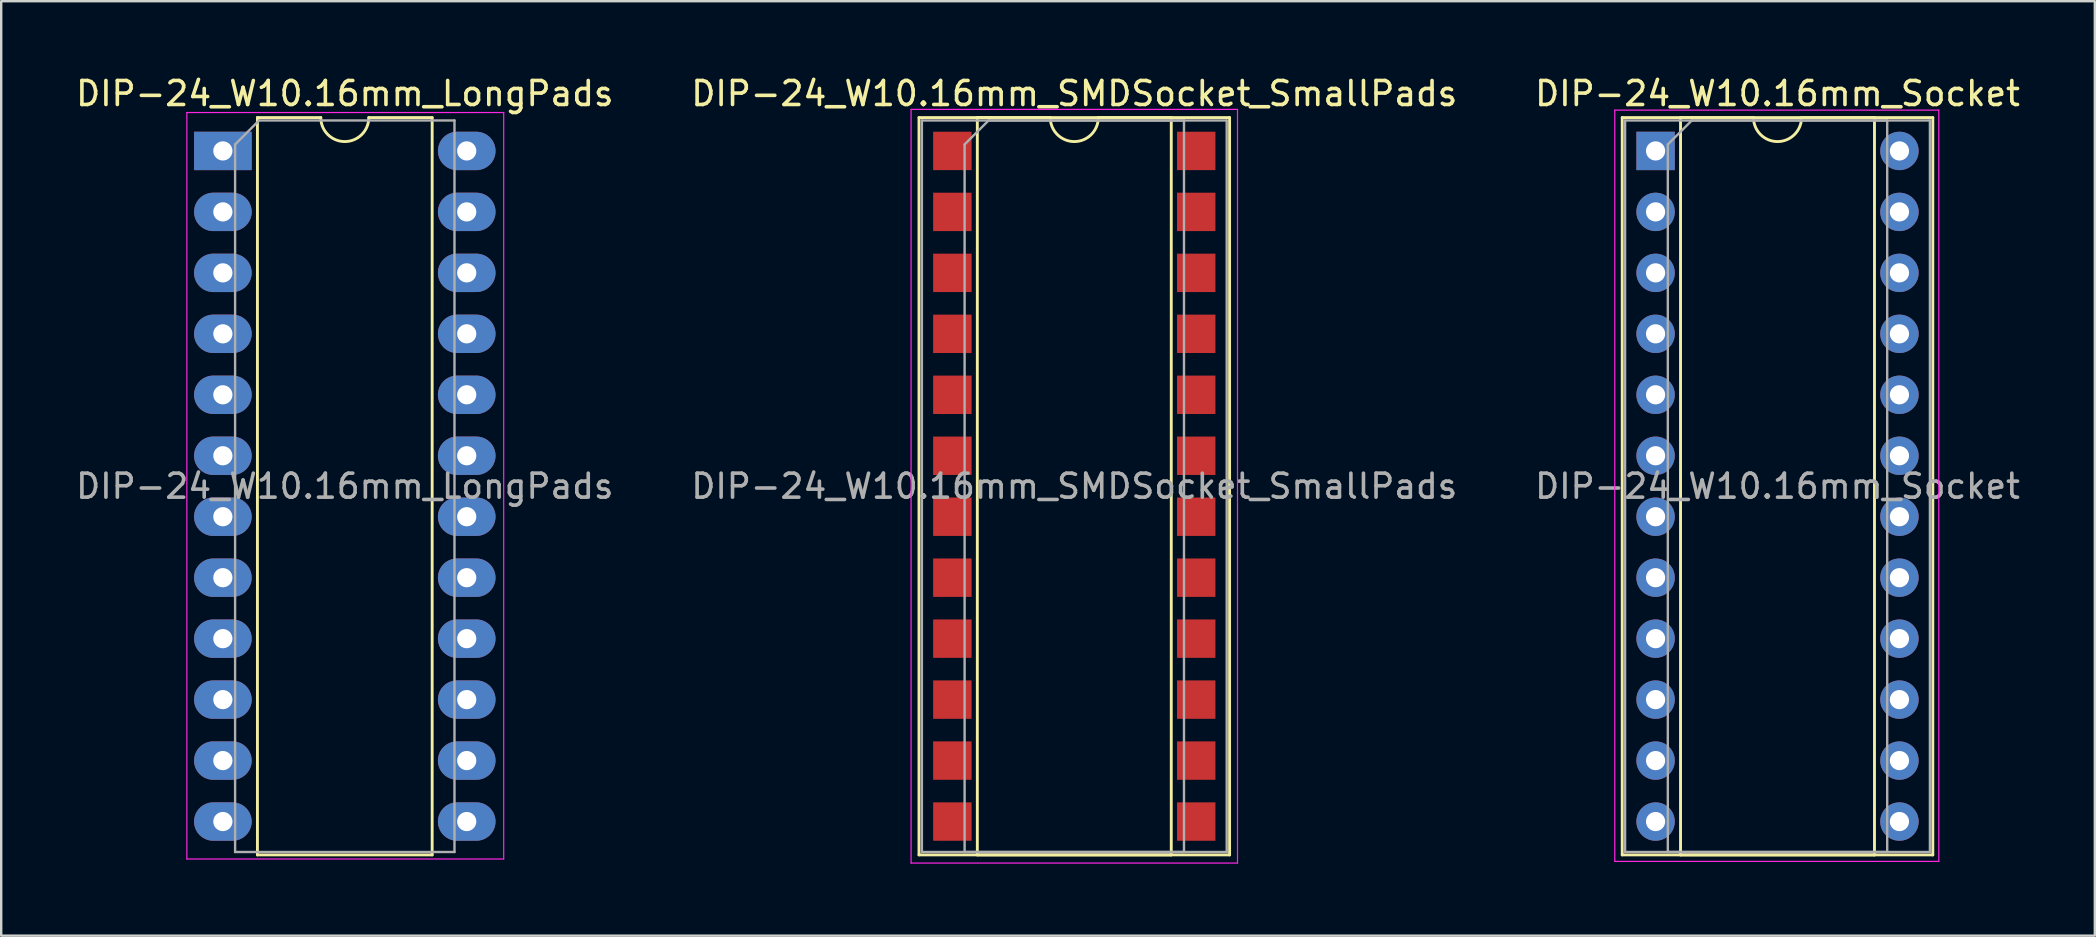
<source format=kicad_pcb>
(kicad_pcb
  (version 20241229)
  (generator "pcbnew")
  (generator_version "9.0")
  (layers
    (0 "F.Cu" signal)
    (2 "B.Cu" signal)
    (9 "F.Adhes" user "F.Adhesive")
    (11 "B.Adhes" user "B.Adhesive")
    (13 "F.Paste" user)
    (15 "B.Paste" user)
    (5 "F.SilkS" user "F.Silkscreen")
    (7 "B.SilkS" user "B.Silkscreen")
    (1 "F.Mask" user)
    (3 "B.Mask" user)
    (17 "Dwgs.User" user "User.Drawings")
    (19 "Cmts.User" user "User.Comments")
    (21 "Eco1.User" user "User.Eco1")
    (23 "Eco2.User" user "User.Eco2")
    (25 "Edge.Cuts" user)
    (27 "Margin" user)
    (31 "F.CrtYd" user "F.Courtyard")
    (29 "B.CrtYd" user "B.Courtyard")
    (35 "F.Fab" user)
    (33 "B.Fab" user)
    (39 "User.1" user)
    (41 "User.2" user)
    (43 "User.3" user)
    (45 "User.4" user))
  (footprint "DIP-24_W10.16mm_SMDSocket_SmallPads"
    (layer "F.Cu")
    (at 41.708 17.208)
    (property "Reference" "DIP-24_W10.16mm_SMDSocket_SmallPads" (at 0 -16.36 0) (layer "F.SilkS") (effects (font (size 1 1) (thickness 0.15))))
    (attr smd)
    (fp_line (start -6.47 -15.36) (end -6.47 15.36) (stroke (width 0.12) (type solid)) (layer "F.SilkS"))
    (fp_line (start -6.47 15.36) (end 6.47 15.36) (stroke (width 0.12) (type solid)) (layer "F.SilkS"))
    (fp_line (start -4.04 -15.36) (end -4.04 15.36) (stroke (width 0.12) (type solid)) (layer "F.SilkS"))
    (fp_line (start -4.04 15.36) (end 4.04 15.36) (stroke (width 0.12) (type solid)) (layer "F.SilkS"))
    (fp_line (start -1 -15.36) (end -4.04 -15.36) (stroke (width 0.12) (type solid)) (layer "F.SilkS"))
    (fp_line (start 4.04 -15.36) (end 1 -15.36) (stroke (width 0.12) (type solid)) (layer "F.SilkS"))
    (fp_line (start 4.04 15.36) (end 4.04 -15.36) (stroke (width 0.12) (type solid)) (layer "F.SilkS"))
    (fp_line (start 6.47 -15.36) (end -6.47 -15.36) (stroke (width 0.12) (type solid)) (layer "F.SilkS"))
    (fp_line (start 6.47 15.36) (end 6.47 -15.36) (stroke (width 0.12) (type solid)) (layer "F.SilkS"))
    (fp_arc (start 1 -15.36) (mid 0 -14.36) (end -1 -15.36) (stroke (width 0.12) (type solid)) (layer "F.SilkS"))
    (fp_line (start -6.8 -15.7) (end -6.8 15.7) (stroke (width 0.05) (type solid)) (layer "F.CrtYd"))
    (fp_line (start -6.8 15.7) (end 6.8 15.7) (stroke (width 0.05) (type solid)) (layer "F.CrtYd"))
    (fp_line (start 6.8 -15.7) (end -6.8 -15.7) (stroke (width 0.05) (type solid)) (layer "F.CrtYd"))
    (fp_line (start 6.8 15.7) (end 6.8 -15.7) (stroke (width 0.05) (type solid)) (layer "F.CrtYd"))
    (fp_line (start -6.35 -15.24) (end -6.35 15.24) (stroke (width 0.1) (type solid)) (layer "F.Fab"))
    (fp_line (start -6.35 15.24) (end 6.35 15.24) (stroke (width 0.1) (type solid)) (layer "F.Fab"))
    (fp_line (start -4.57 -14.24) (end -3.57 -15.24) (stroke (width 0.1) (type solid)) (layer "F.Fab"))
    (fp_line (start -4.57 15.24) (end -4.57 -14.24) (stroke (width 0.1) (type solid)) (layer "F.Fab"))
    (fp_line (start -3.57 -15.24) (end 4.57 -15.24) (stroke (width 0.1) (type solid)) (layer "F.Fab"))
    (fp_line (start 4.57 -15.24) (end 4.57 15.24) (stroke (width 0.1) (type solid)) (layer "F.Fab"))
    (fp_line (start 4.57 15.24) (end -4.57 15.24) (stroke (width 0.1) (type solid)) (layer "F.Fab"))
    (fp_line (start 6.35 -15.24) (end -6.35 -15.24) (stroke (width 0.1) (type solid)) (layer "F.Fab"))
    (fp_line (start 6.35 15.24) (end 6.35 -15.24) (stroke (width 0.1) (type solid)) (layer "F.Fab"))
    (fp_text user "${REFERENCE}" (at 0 0 0) (layer "F.Fab") (effects (font (size 1 1) (thickness 0.15))))
    (pad "1" smd rect (at -5.08 -13.97) (size 1.6 1.6) (layers "F.Cu" "F.Mask" "F.Paste"))
    (pad "2" smd rect (at -5.08 -11.43) (size 1.6 1.6) (layers "F.Cu" "F.Mask" "F.Paste"))
    (pad "3" smd rect (at -5.08 -8.89) (size 1.6 1.6) (layers "F.Cu" "F.Mask" "F.Paste"))
    (pad "4" smd rect (at -5.08 -6.35) (size 1.6 1.6) (layers "F.Cu" "F.Mask" "F.Paste"))
    (pad "5" smd rect (at -5.08 -3.81) (size 1.6 1.6) (layers "F.Cu" "F.Mask" "F.Paste"))
    (pad "6" smd rect (at -5.08 -1.27) (size 1.6 1.6) (layers "F.Cu" "F.Mask" "F.Paste"))
    (pad "7" smd rect (at -5.08 1.27) (size 1.6 1.6) (layers "F.Cu" "F.Mask" "F.Paste"))
    (pad "8" smd rect (at -5.08 3.81) (size 1.6 1.6) (layers "F.Cu" "F.Mask" "F.Paste"))
    (pad "9" smd rect (at -5.08 6.35) (size 1.6 1.6) (layers "F.Cu" "F.Mask" "F.Paste"))
    (pad "10" smd rect (at -5.08 8.89) (size 1.6 1.6) (layers "F.Cu" "F.Mask" "F.Paste"))
    (pad "11" smd rect (at -5.08 11.43) (size 1.6 1.6) (layers "F.Cu" "F.Mask" "F.Paste"))
    (pad "12" smd rect (at -5.08 13.97) (size 1.6 1.6) (layers "F.Cu" "F.Mask" "F.Paste"))
    (pad "13" smd rect (at 5.08 13.97) (size 1.6 1.6) (layers "F.Cu" "F.Mask" "F.Paste"))
    (pad "14" smd rect (at 5.08 11.43) (size 1.6 1.6) (layers "F.Cu" "F.Mask" "F.Paste"))
    (pad "15" smd rect (at 5.08 8.89) (size 1.6 1.6) (layers "F.Cu" "F.Mask" "F.Paste"))
    (pad "16" smd rect (at 5.08 6.35) (size 1.6 1.6) (layers "F.Cu" "F.Mask" "F.Paste"))
    (pad "17" smd rect (at 5.08 3.81) (size 1.6 1.6) (layers "F.Cu" "F.Mask" "F.Paste"))
    (pad "18" smd rect (at 5.08 1.27) (size 1.6 1.6) (layers "F.Cu" "F.Mask" "F.Paste"))
    (pad "19" smd rect (at 5.08 -1.27) (size 1.6 1.6) (layers "F.Cu" "F.Mask" "F.Paste"))
    (pad "20" smd rect (at 5.08 -3.81) (size 1.6 1.6) (layers "F.Cu" "F.Mask" "F.Paste"))
    (pad "21" smd rect (at 5.08 -6.35) (size 1.6 1.6) (layers "F.Cu" "F.Mask" "F.Paste"))
    (pad "22" smd rect (at 5.08 -8.89) (size 1.6 1.6) (layers "F.Cu" "F.Mask" "F.Paste"))
    (pad "23" smd rect (at 5.08 -11.43) (size 1.6 1.6) (layers "F.Cu" "F.Mask" "F.Paste"))
    (pad "24" smd rect (at 5.08 -13.97) (size 1.6 1.6) (layers "F.Cu" "F.Mask" "F.Paste")))
  (footprint "DIP-24_W10.16mm_LongPads"
    (layer "F.Cu")
    (at 6.235 3.238)
    (property "Reference" "DIP-24_W10.16mm_LongPads" (at 5.08 -2.39 0) (layer "F.SilkS") (effects (font (size 1 1) (thickness 0.15))))
    (attr through_hole)
    (fp_line (start 1.44 -1.39) (end 1.44 29.33) (stroke (width 0.12) (type solid)) (layer "F.SilkS"))
    (fp_line (start 1.44 29.33) (end 8.72 29.33) (stroke (width 0.12) (type solid)) (layer "F.SilkS"))
    (fp_line (start 4.08 -1.39) (end 1.44 -1.39) (stroke (width 0.12) (type solid)) (layer "F.SilkS"))
    (fp_line (start 8.72 -1.39) (end 6.08 -1.39) (stroke (width 0.12) (type solid)) (layer "F.SilkS"))
    (fp_line (start 8.72 29.33) (end 8.72 -1.39) (stroke (width 0.12) (type solid)) (layer "F.SilkS"))
    (fp_arc (start 6.08 -1.39) (mid 5.08 -0.39) (end 4.08 -1.39) (stroke (width 0.12) (type solid)) (layer "F.SilkS"))
    (fp_line (start -1.5 -1.6) (end -1.5 29.5) (stroke (width 0.05) (type solid)) (layer "F.CrtYd"))
    (fp_line (start -1.5 29.5) (end 11.7 29.5) (stroke (width 0.05) (type solid)) (layer "F.CrtYd"))
    (fp_line (start 11.7 -1.6) (end -1.5 -1.6) (stroke (width 0.05) (type solid)) (layer "F.CrtYd"))
    (fp_line (start 11.7 29.5) (end 11.7 -1.6) (stroke (width 0.05) (type solid)) (layer "F.CrtYd"))
    (fp_line (start 0.51 -0.27) (end 1.51 -1.27) (stroke (width 0.1) (type solid)) (layer "F.Fab"))
    (fp_line (start 0.51 29.21) (end 0.51 -0.27) (stroke (width 0.1) (type solid)) (layer "F.Fab"))
    (fp_line (start 1.51 -1.27) (end 9.65 -1.27) (stroke (width 0.1) (type solid)) (layer "F.Fab"))
    (fp_line (start 9.65 -1.27) (end 9.65 29.21) (stroke (width 0.1) (type solid)) (layer "F.Fab"))
    (fp_line (start 9.65 29.21) (end 0.51 29.21) (stroke (width 0.1) (type solid)) (layer "F.Fab"))
    (fp_text user "${REFERENCE}" (at 5.08 13.97 0) (layer "F.Fab") (effects (font (size 1 1) (thickness 0.15))))
    (pad "1" thru_hole rect (at 0 0) (size 2.4 1.6) (drill 0.8) (layers "*.Cu" "*.Mask"))
    (pad "2" thru_hole oval (at 0 2.54) (size 2.4 1.6) (drill 0.8) (layers "*.Cu" "*.Mask"))
    (pad "3" thru_hole oval (at 0 5.08) (size 2.4 1.6) (drill 0.8) (layers "*.Cu" "*.Mask"))
    (pad "4" thru_hole oval (at 0 7.62) (size 2.4 1.6) (drill 0.8) (layers "*.Cu" "*.Mask"))
    (pad "5" thru_hole oval (at 0 10.16) (size 2.4 1.6) (drill 0.8) (layers "*.Cu" "*.Mask"))
    (pad "6" thru_hole oval (at 0 12.7) (size 2.4 1.6) (drill 0.8) (layers "*.Cu" "*.Mask"))
    (pad "7" thru_hole oval (at 0 15.24) (size 2.4 1.6) (drill 0.8) (layers "*.Cu" "*.Mask"))
    (pad "8" thru_hole oval (at 0 17.78) (size 2.4 1.6) (drill 0.8) (layers "*.Cu" "*.Mask"))
    (pad "9" thru_hole oval (at 0 20.32) (size 2.4 1.6) (drill 0.8) (layers "*.Cu" "*.Mask"))
    (pad "10" thru_hole oval (at 0 22.86) (size 2.4 1.6) (drill 0.8) (layers "*.Cu" "*.Mask"))
    (pad "11" thru_hole oval (at 0 25.4) (size 2.4 1.6) (drill 0.8) (layers "*.Cu" "*.Mask"))
    (pad "12" thru_hole oval (at 0 27.94) (size 2.4 1.6) (drill 0.8) (layers "*.Cu" "*.Mask"))
    (pad "13" thru_hole oval (at 10.16 27.94) (size 2.4 1.6) (drill 0.8) (layers "*.Cu" "*.Mask"))
    (pad "14" thru_hole oval (at 10.16 25.4) (size 2.4 1.6) (drill 0.8) (layers "*.Cu" "*.Mask"))
    (pad "15" thru_hole oval (at 10.16 22.86) (size 2.4 1.6) (drill 0.8) (layers "*.Cu" "*.Mask"))
    (pad "16" thru_hole oval (at 10.16 20.32) (size 2.4 1.6) (drill 0.8) (layers "*.Cu" "*.Mask"))
    (pad "17" thru_hole oval (at 10.16 17.78) (size 2.4 1.6) (drill 0.8) (layers "*.Cu" "*.Mask"))
    (pad "18" thru_hole oval (at 10.16 15.24) (size 2.4 1.6) (drill 0.8) (layers "*.Cu" "*.Mask"))
    (pad "19" thru_hole oval (at 10.16 12.7) (size 2.4 1.6) (drill 0.8) (layers "*.Cu" "*.Mask"))
    (pad "20" thru_hole oval (at 10.16 10.16) (size 2.4 1.6) (drill 0.8) (layers "*.Cu" "*.Mask"))
    (pad "21" thru_hole oval (at 10.16 7.62) (size 2.4 1.6) (drill 0.8) (layers "*.Cu" "*.Mask"))
    (pad "22" thru_hole oval (at 10.16 5.08) (size 2.4 1.6) (drill 0.8) (layers "*.Cu" "*.Mask"))
    (pad "23" thru_hole oval (at 10.16 2.54) (size 2.4 1.6) (drill 0.8) (layers "*.Cu" "*.Mask"))
    (pad "24" thru_hole oval (at 10.16 0) (size 2.4 1.6) (drill 0.8) (layers "*.Cu" "*.Mask")))
  (footprint "DIP-24_W10.16mm_Socket"
    (layer "F.Cu")
    (at 65.926 3.238)
    (property "Reference" "DIP-24_W10.16mm_Socket" (at 5.08 -2.39 0) (layer "F.SilkS") (effects (font (size 1 1) (thickness 0.15))))
    (attr through_hole)
    (fp_line (start -1.39 -1.39) (end -1.39 29.33) (stroke (width 0.12) (type solid)) (layer "F.SilkS"))
    (fp_line (start -1.39 29.33) (end 11.55 29.33) (stroke (width 0.12) (type solid)) (layer "F.SilkS"))
    (fp_line (start 1.04 -1.39) (end 1.04 29.33) (stroke (width 0.12) (type solid)) (layer "F.SilkS"))
    (fp_line (start 1.04 29.33) (end 9.12 29.33) (stroke (width 0.12) (type solid)) (layer "F.SilkS"))
    (fp_line (start 4.08 -1.39) (end 1.04 -1.39) (stroke (width 0.12) (type solid)) (layer "F.SilkS"))
    (fp_line (start 9.12 -1.39) (end 6.08 -1.39) (stroke (width 0.12) (type solid)) (layer "F.SilkS"))
    (fp_line (start 9.12 29.33) (end 9.12 -1.39) (stroke (width 0.12) (type solid)) (layer "F.SilkS"))
    (fp_line (start 11.55 -1.39) (end -1.39 -1.39) (stroke (width 0.12) (type solid)) (layer "F.SilkS"))
    (fp_line (start 11.55 29.33) (end 11.55 -1.39) (stroke (width 0.12) (type solid)) (layer "F.SilkS"))
    (fp_arc (start 6.08 -1.39) (mid 5.08 -0.39) (end 4.08 -1.39) (stroke (width 0.12) (type solid)) (layer "F.SilkS"))
    (fp_line (start -1.7 -1.7) (end -1.7 29.6) (stroke (width 0.05) (type solid)) (layer "F.CrtYd"))
    (fp_line (start -1.7 29.6) (end 11.8 29.6) (stroke (width 0.05) (type solid)) (layer "F.CrtYd"))
    (fp_line (start 11.8 -1.7) (end -1.7 -1.7) (stroke (width 0.05) (type solid)) (layer "F.CrtYd"))
    (fp_line (start 11.8 29.6) (end 11.8 -1.7) (stroke (width 0.05) (type solid)) (layer "F.CrtYd"))
    (fp_line (start -1.27 -1.27) (end -1.27 29.21) (stroke (width 0.1) (type solid)) (layer "F.Fab"))
    (fp_line (start -1.27 29.21) (end 11.43 29.21) (stroke (width 0.1) (type solid)) (layer "F.Fab"))
    (fp_line (start 0.51 -0.27) (end 1.51 -1.27) (stroke (width 0.1) (type solid)) (layer "F.Fab"))
    (fp_line (start 0.51 29.21) (end 0.51 -0.27) (stroke (width 0.1) (type solid)) (layer "F.Fab"))
    (fp_line (start 1.51 -1.27) (end 9.65 -1.27) (stroke (width 0.1) (type solid)) (layer "F.Fab"))
    (fp_line (start 9.65 -1.27) (end 9.65 29.21) (stroke (width 0.1) (type solid)) (layer "F.Fab"))
    (fp_line (start 9.65 29.21) (end 0.51 29.21) (stroke (width 0.1) (type solid)) (layer "F.Fab"))
    (fp_line (start 11.43 -1.27) (end -1.27 -1.27) (stroke (width 0.1) (type solid)) (layer "F.Fab"))
    (fp_line (start 11.43 29.21) (end 11.43 -1.27) (stroke (width 0.1) (type solid)) (layer "F.Fab"))
    (fp_text user "${REFERENCE}" (at 5.08 13.97 0) (layer "F.Fab") (effects (font (size 1 1) (thickness 0.15))))
    (pad "1" thru_hole rect (at 0 0) (size 1.6 1.6) (drill 0.8) (layers "*.Cu" "*.Mask"))
    (pad "2" thru_hole oval (at 0 2.54) (size 1.6 1.6) (drill 0.8) (layers "*.Cu" "*.Mask"))
    (pad "3" thru_hole oval (at 0 5.08) (size 1.6 1.6) (drill 0.8) (layers "*.Cu" "*.Mask"))
    (pad "4" thru_hole oval (at 0 7.62) (size 1.6 1.6) (drill 0.8) (layers "*.Cu" "*.Mask"))
    (pad "5" thru_hole oval (at 0 10.16) (size 1.6 1.6) (drill 0.8) (layers "*.Cu" "*.Mask"))
    (pad "6" thru_hole oval (at 0 12.7) (size 1.6 1.6) (drill 0.8) (layers "*.Cu" "*.Mask"))
    (pad "7" thru_hole oval (at 0 15.24) (size 1.6 1.6) (drill 0.8) (layers "*.Cu" "*.Mask"))
    (pad "8" thru_hole oval (at 0 17.78) (size 1.6 1.6) (drill 0.8) (layers "*.Cu" "*.Mask"))
    (pad "9" thru_hole oval (at 0 20.32) (size 1.6 1.6) (drill 0.8) (layers "*.Cu" "*.Mask"))
    (pad "10" thru_hole oval (at 0 22.86) (size 1.6 1.6) (drill 0.8) (layers "*.Cu" "*.Mask"))
    (pad "11" thru_hole oval (at 0 25.4) (size 1.6 1.6) (drill 0.8) (layers "*.Cu" "*.Mask"))
    (pad "12" thru_hole oval (at 0 27.94) (size 1.6 1.6) (drill 0.8) (layers "*.Cu" "*.Mask"))
    (pad "13" thru_hole oval (at 10.16 27.94) (size 1.6 1.6) (drill 0.8) (layers "*.Cu" "*.Mask"))
    (pad "14" thru_hole oval (at 10.16 25.4) (size 1.6 1.6) (drill 0.8) (layers "*.Cu" "*.Mask"))
    (pad "15" thru_hole oval (at 10.16 22.86) (size 1.6 1.6) (drill 0.8) (layers "*.Cu" "*.Mask"))
    (pad "16" thru_hole oval (at 10.16 20.32) (size 1.6 1.6) (drill 0.8) (layers "*.Cu" "*.Mask"))
    (pad "17" thru_hole oval (at 10.16 17.78) (size 1.6 1.6) (drill 0.8) (layers "*.Cu" "*.Mask"))
    (pad "18" thru_hole oval (at 10.16 15.24) (size 1.6 1.6) (drill 0.8) (layers "*.Cu" "*.Mask"))
    (pad "19" thru_hole oval (at 10.16 12.7) (size 1.6 1.6) (drill 0.8) (layers "*.Cu" "*.Mask"))
    (pad "20" thru_hole oval (at 10.16 10.16) (size 1.6 1.6) (drill 0.8) (layers "*.Cu" "*.Mask"))
    (pad "21" thru_hole oval (at 10.16 7.62) (size 1.6 1.6) (drill 0.8) (layers "*.Cu" "*.Mask"))
    (pad "22" thru_hole oval (at 10.16 5.08) (size 1.6 1.6) (drill 0.8) (layers "*.Cu" "*.Mask"))
    (pad "23" thru_hole oval (at 10.16 2.54) (size 1.6 1.6) (drill 0.8) (layers "*.Cu" "*.Mask"))
    (pad "24" thru_hole oval (at 10.16 0) (size 1.6 1.6) (drill 0.8) (layers "*.Cu" "*.Mask")))
  (gr_rect
    (start -3 -3)
    (end 84.226 35.933)
    (stroke (width 0.1) (type default))
    (fill no)
    (layer "Edge.Cuts")))
</source>
